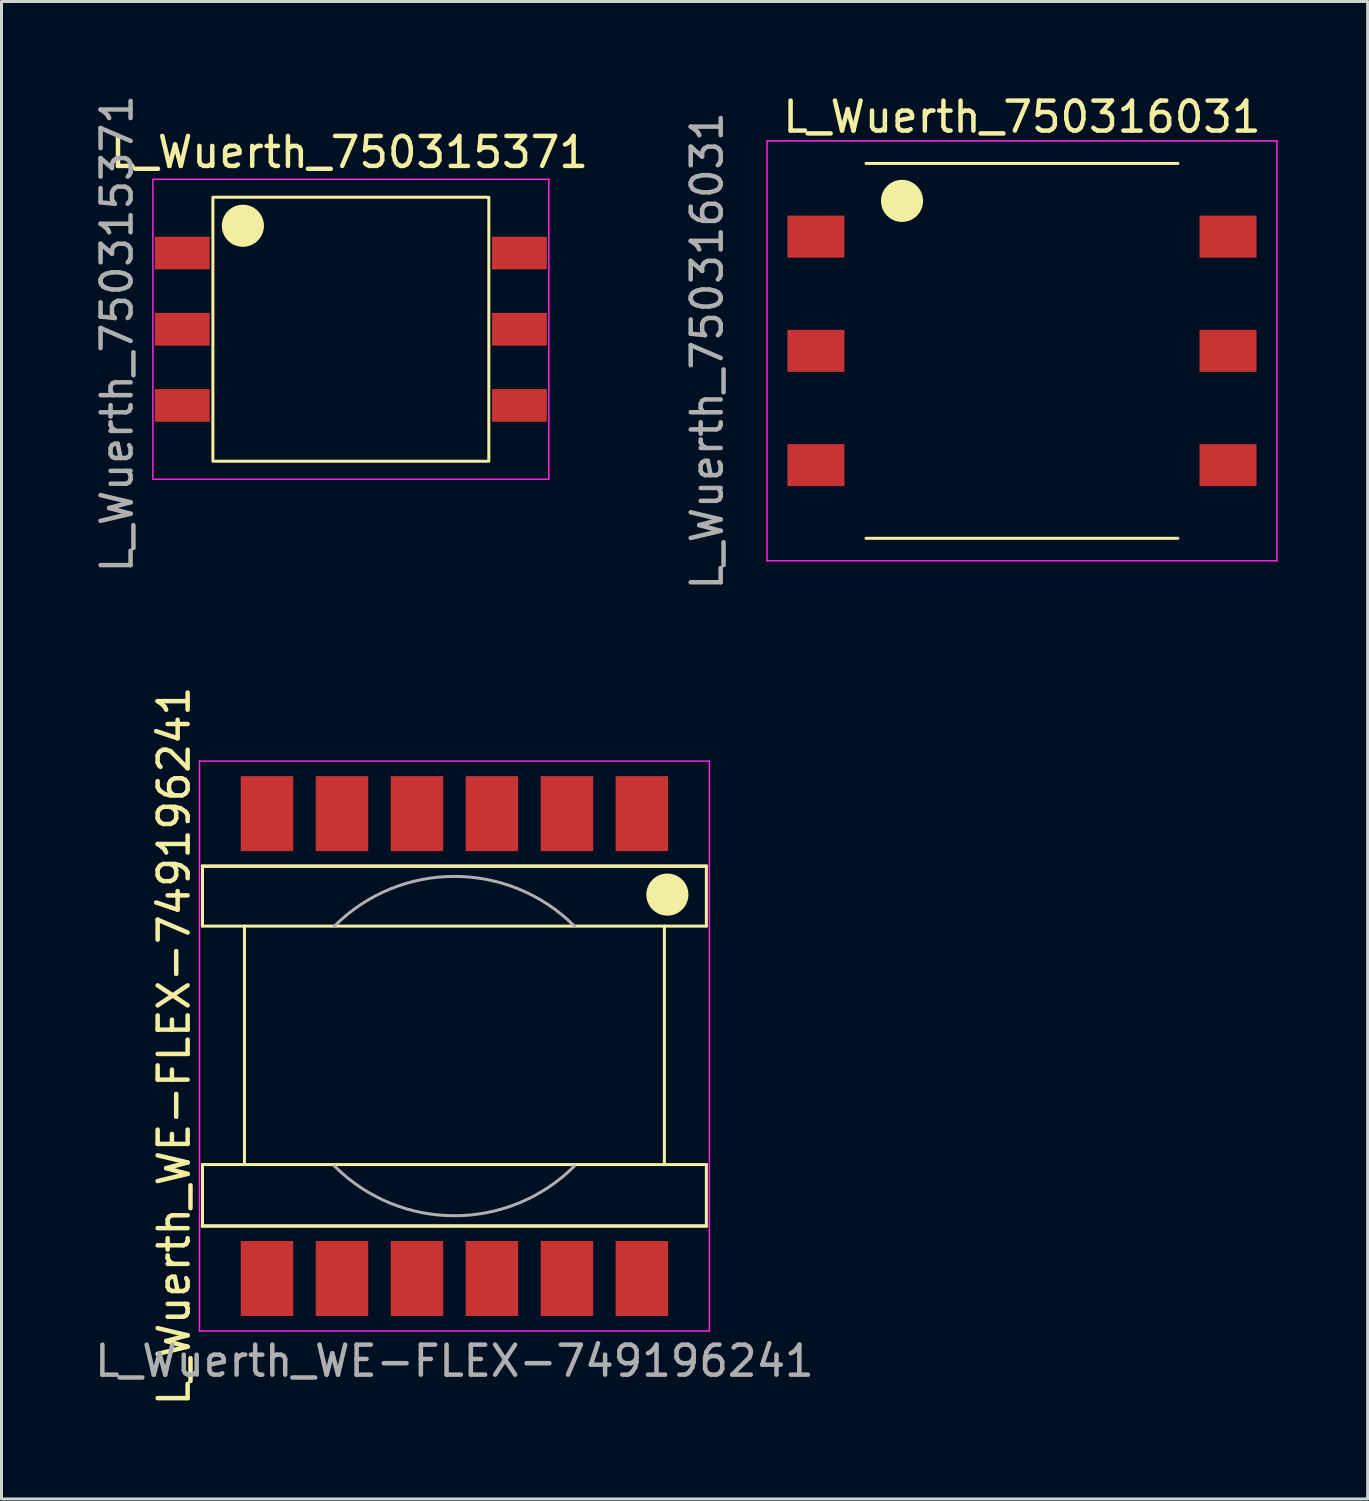
<source format=kicad_pcb>
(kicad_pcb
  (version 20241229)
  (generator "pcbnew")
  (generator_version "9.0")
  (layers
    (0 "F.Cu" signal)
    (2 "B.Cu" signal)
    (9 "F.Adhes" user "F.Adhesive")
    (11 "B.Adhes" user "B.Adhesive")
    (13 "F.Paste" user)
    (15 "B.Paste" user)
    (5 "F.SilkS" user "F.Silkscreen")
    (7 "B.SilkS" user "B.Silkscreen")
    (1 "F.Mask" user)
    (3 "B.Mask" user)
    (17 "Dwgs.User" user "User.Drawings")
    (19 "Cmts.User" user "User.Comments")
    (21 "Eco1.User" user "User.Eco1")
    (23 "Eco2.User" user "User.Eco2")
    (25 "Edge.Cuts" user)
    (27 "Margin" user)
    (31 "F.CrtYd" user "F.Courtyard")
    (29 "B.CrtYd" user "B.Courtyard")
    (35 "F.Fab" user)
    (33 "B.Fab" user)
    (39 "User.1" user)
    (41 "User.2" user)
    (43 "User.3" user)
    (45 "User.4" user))
  (footprint "L_Wuerth_WE-FLEX-749196241"
    (layer "F.Cu")
    (at 12.101 31.827)
    (property "Reference" "L_Wuerth_WE-FLEX-749196241" (at -9.35 0 90) (layer "F.SilkS") (effects (font (size 1 1) (thickness 0.15))))
    (attr smd)
    (fp_line (start -8.4 -6) (end 8.4 -6) (stroke (width 0.12) (type solid)) (layer "F.SilkS"))
    (fp_line (start -8.4 -4) (end -8.4 -6) (stroke (width 0.1) (type solid)) (layer "F.SilkS"))
    (fp_line (start -8.4 3.95) (end -8.4 6) (stroke (width 0.1) (type solid)) (layer "F.SilkS"))
    (fp_line (start -7 -4) (end -8.4 -4) (stroke (width 0.1) (type solid)) (layer "F.SilkS"))
    (fp_line (start -7 3.95) (end -8.4 3.95) (stroke (width 0.1) (type solid)) (layer "F.SilkS"))
    (fp_line (start 7 -4) (end 8.4 -4) (stroke (width 0.1) (type solid)) (layer "F.SilkS"))
    (fp_line (start 7 3.95) (end 8.4 3.95) (stroke (width 0.1) (type solid)) (layer "F.SilkS"))
    (fp_line (start 8.4 -4) (end 8.4 -6) (stroke (width 0.1) (type solid)) (layer "F.SilkS"))
    (fp_line (start 8.4 3.95) (end 8.4 6) (stroke (width 0.1) (type solid)) (layer "F.SilkS"))
    (fp_line (start 8.4 6) (end -8.4 6) (stroke (width 0.12) (type solid)) (layer "F.SilkS"))
    (fp_rect (start -7 -4) (end 7 3.95) (stroke (width 0.1) (type solid)) (fill no) (layer "F.SilkS"))
    (fp_circle (center 7.1 -5.05) (end 7.75 -5) (stroke (width 0.1) (type solid)) (fill yes) (layer "F.SilkS"))
    (fp_line (start -8.5 -9.5) (end 8.5 -9.5) (stroke (width 0.05) (type solid)) (layer "F.CrtYd"))
    (fp_line (start -8.5 9.5) (end -8.5 -9.5) (stroke (width 0.05) (type solid)) (layer "F.CrtYd"))
    (fp_line (start -8.5 9.5) (end 8.5 9.5) (stroke (width 0.05) (type solid)) (layer "F.CrtYd"))
    (fp_line (start 8.5 -9.5) (end 8.5 9.5) (stroke (width 0.05) (type solid)) (layer "F.CrtYd"))
    (fp_arc (start -4 -4) (mid 0 -5.656854) (end 4 -4) (stroke (width 0.1) (type solid)) (layer "F.Fab"))
    (fp_arc (start 4 4) (mid 0 5.656854) (end -4 4) (stroke (width 0.1) (type solid)) (layer "F.Fab"))
    (fp_text user "${REFERENCE}" (at 0 10.5 0) (layer "F.Fab") (effects (font (size 1 1) (thickness 0.15))))
    (pad "1" smd rect (at 6.25 -7.75) (size 1.75 2.5) (layers "F.Cu" "F.Mask" "F.Paste"))
    (pad "2" smd rect (at 3.75 -7.75) (size 1.75 2.5) (layers "F.Cu" "F.Mask" "F.Paste"))
    (pad "3" smd rect (at 1.25 -7.75) (size 1.75 2.5) (layers "F.Cu" "F.Mask" "F.Paste"))
    (pad "4" smd rect (at -1.25 -7.75) (size 1.75 2.5) (layers "F.Cu" "F.Mask" "F.Paste"))
    (pad "5" smd rect (at -3.75 -7.75) (size 1.75 2.5) (layers "F.Cu" "F.Mask" "F.Paste"))
    (pad "6" smd rect (at -6.25 -7.75) (size 1.75 2.5) (layers "F.Cu" "F.Mask" "F.Paste"))
    (pad "7" smd rect (at -6.25 7.75) (size 1.75 2.5) (layers "F.Cu" "F.Mask" "F.Paste"))
    (pad "8" smd rect (at -3.75 7.75) (size 1.75 2.5) (layers "F.Cu" "F.Mask" "F.Paste"))
    (pad "9" smd rect (at -1.25 7.75) (size 1.75 2.5) (layers "F.Cu" "F.Mask" "F.Paste"))
    (pad "10" smd rect (at 1.25 7.75) (size 1.75 2.5) (layers "F.Cu" "F.Mask" "F.Paste"))
    (pad "11" smd rect (at 3.75 7.75) (size 1.75 2.5) (layers "F.Cu" "F.Mask" "F.Paste"))
    (pad "12" smd rect (at 6.25 7.75) (size 1.75 2.5) (layers "F.Cu" "F.Mask" "F.Paste")))
  (footprint "L_Wuerth_750316031"
    (layer "F.Cu")
    (at 31.124 8.548)
    (property "Reference" "L_Wuerth_750316031" (at -0.1 -7.7 0) (layer "F.SilkS") (effects (font (size 1 1) (thickness 0.15))))
    (attr smd)
    (fp_line (start -5.3 -6.15) (end 5.1 -6.15) (stroke (width 0.1) (type default)) (layer "F.SilkS"))
    (fp_line (start -5.3 6.35) (end 5.1 6.35) (stroke (width 0.1) (type default)) (layer "F.SilkS"))
    (fp_circle (center -4.1 -4.9) (end -4.15 -4.25) (stroke (width 0.1) (type solid)) (fill yes) (layer "F.SilkS"))
    (fp_line (start -8.6 -6.9) (end -8.6 7.1) (stroke (width 0.05) (type solid)) (layer "F.CrtYd"))
    (fp_line (start -8.6 -6.9) (end 8.4 -6.9) (stroke (width 0.05) (type solid)) (layer "F.CrtYd"))
    (fp_line (start 8.4 -6.9) (end 8.4 7.1) (stroke (width 0.05) (type solid)) (layer "F.CrtYd"))
    (fp_line (start 8.4 7.1) (end -8.6 7.1) (stroke (width 0.05) (type solid)) (layer "F.CrtYd"))
    (fp_text user "${REFERENCE}" (at -10.6 0.1 270) (layer "F.Fab") (effects (font (size 1 1) (thickness 0.15))))
    (pad "1" smd rect (at -6.97 -3.71 270) (size 1.4 1.9) (layers "F.Cu" "F.Mask" "F.Paste"))
    (pad "2" smd rect (at -6.97 0.1 270) (size 1.4 1.9) (layers "F.Cu" "F.Mask" "F.Paste"))
    (pad "3" smd rect (at -6.97 3.91 270) (size 1.4 1.9) (layers "F.Cu" "F.Mask" "F.Paste"))
    (pad "4" smd rect (at 6.77 3.91 270) (size 1.4 1.9) (layers "F.Cu" "F.Mask" "F.Paste"))
    (pad "5" smd rect (at 6.77 0.1 270) (size 1.4 1.9) (layers "F.Cu" "F.Mask" "F.Paste"))
    (pad "6" smd rect (at 6.77 -3.71 270) (size 1.4 1.9) (layers "F.Cu" "F.Mask" "F.Paste")))
  (footprint "L_Wuerth_750315371"
    (layer "F.Cu")
    (at 8.648 7.927)
    (property "Reference" "L_Wuerth_750315371" (at -0.05 -5.9 0) (layer "F.SilkS") (effects (font (size 1 1) (thickness 0.15))))
    (attr smd)
    (fp_rect (start 4.6 -4.4) (end -4.6 4.4) (stroke (width 0.1) (type solid)) (fill no) (layer "F.SilkS"))
    (fp_circle (center -3.6 -3.45) (end -3.65 -2.8) (stroke (width 0.1) (type solid)) (fill yes) (layer "F.SilkS"))
    (fp_line (start -6.6 -5) (end -6.6 5) (stroke (width 0.05) (type solid)) (layer "F.CrtYd"))
    (fp_line (start -6.6 -5) (end 6.6 -5) (stroke (width 0.05) (type solid)) (layer "F.CrtYd"))
    (fp_line (start 6.6 -5) (end 6.6 5) (stroke (width 0.05) (type solid)) (layer "F.CrtYd"))
    (fp_line (start 6.6 5) (end -6.6 5) (stroke (width 0.05) (type solid)) (layer "F.CrtYd"))
    (fp_text user "${REFERENCE}" (at -7.8 0.15 270) (layer "F.Fab") (effects (font (size 1 1) (thickness 0.15))))
    (pad "1" smd rect (at -5.62 -2.54) (size 1.83 1.09) (layers "F.Cu" "F.Mask" "F.Paste"))
    (pad "2" smd rect (at -5.62 0) (size 1.83 1.09) (layers "F.Cu" "F.Mask" "F.Paste"))
    (pad "3" smd rect (at -5.62 2.54) (size 1.83 1.09) (layers "F.Cu" "F.Mask" "F.Paste"))
    (pad "4" smd rect (at 5.62 2.54) (size 1.83 1.09) (layers "F.Cu" "F.Mask" "F.Paste"))
    (pad "5" smd rect (at 5.62 0) (size 1.83 1.09) (layers "F.Cu" "F.Mask" "F.Paste"))
    (pad "6" smd rect (at 5.62 -2.54) (size 1.83 1.09) (layers "F.Cu" "F.Mask" "F.Paste")))
  (gr_rect
    (start -3 -3)
    (end 42.549 46.928)
    (stroke (width 0.1) (type default))
    (fill no)
    (layer "Edge.Cuts")))
</source>
